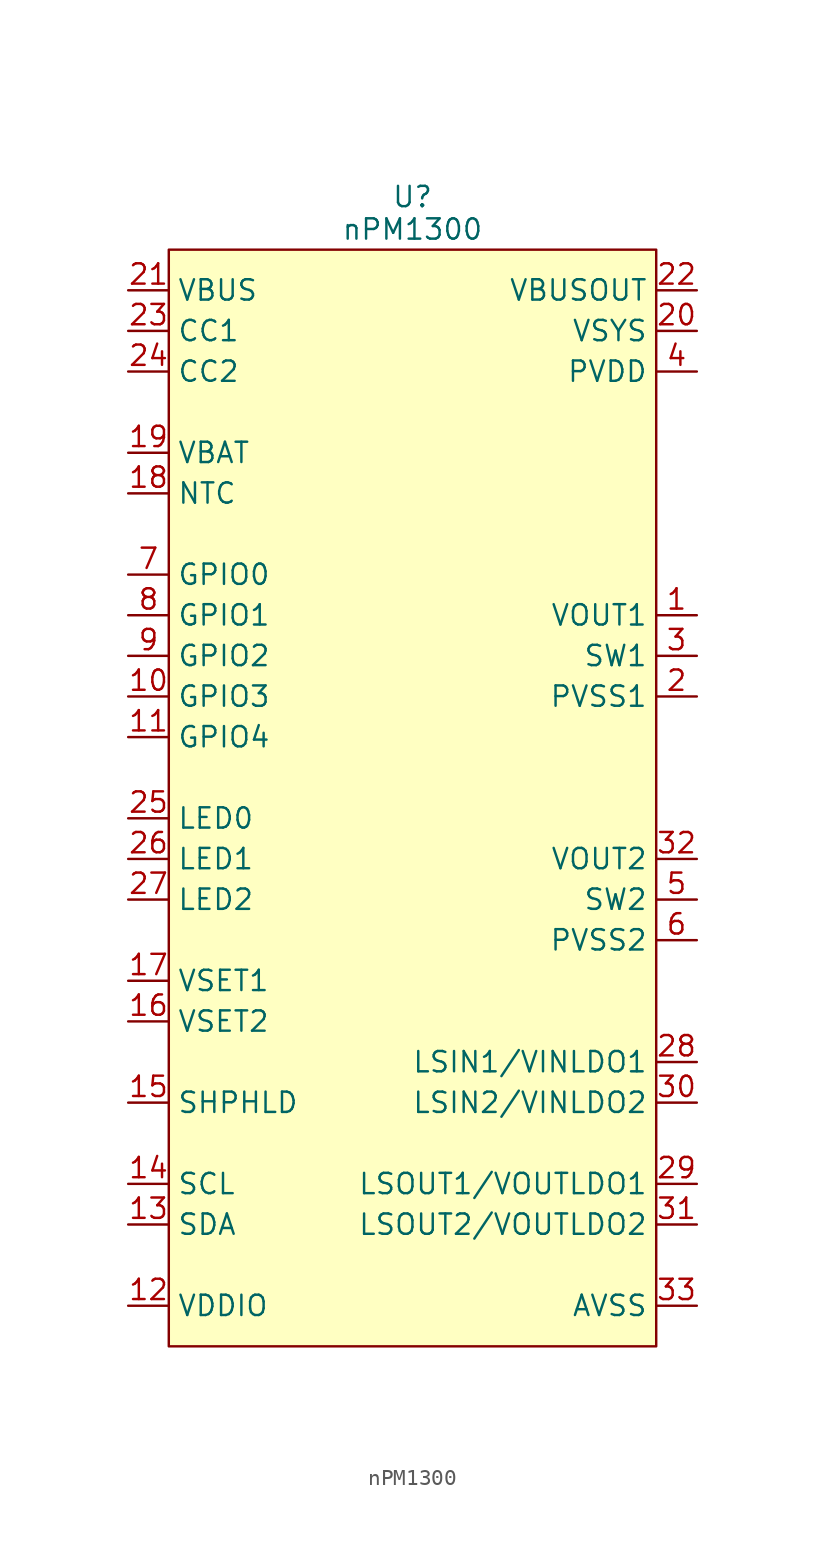
<source format=kicad_sym>
(kicad_symbol_lib
  (version 20231120)
  (generator "kicad_symbol_editor")
  (generator_version "8.0")
  (symbol "nPM1300"
    (property "Reference" "U"
      (at 0 36.322 0)
      (effects (font (size 1.27 1.27))))
    (property "Value" "nPM1300"
      (at 0 34.29 0)
      (effects (font (size 1.27 1.27))))
    (symbol "nPM1300_1_1"
      (rectangle (start -15.24 33.02) (end 15.24 -35.56) (stroke (width 0) (type default)) (fill (type background)))
      (pin power_out line (at 17.78 10.16 180) (length 2.54) (name "VOUT1" (effects (font (size 1.27 1.27)))) (number "1" (effects (font (size 1.27 1.27)))))
      (pin bidirectional line (at -17.78 5.08 0) (length 2.54) (name "GPIO3" (effects (font (size 1.27 1.27)))) (number "10" (effects (font (size 1.27 1.27)))))
      (pin bidirectional line (at -17.78 2.54 0) (length 2.54) (name "GPIO4" (effects (font (size 1.27 1.27)))) (number "11" (effects (font (size 1.27 1.27)))))
      (pin power_in line (at -17.78 -33.02 0) (length 2.54) (name "VDDIO" (effects (font (size 1.27 1.27)))) (number "12" (effects (font (size 1.27 1.27)))))
      (pin bidirectional line (at -17.78 -27.94 0) (length 2.54) (name "SDA" (effects (font (size 1.27 1.27)))) (number "13" (effects (font (size 1.27 1.27)))))
      (pin input line (at -17.78 -25.4 0) (length 2.54) (name "SCL" (effects (font (size 1.27 1.27)))) (number "14" (effects (font (size 1.27 1.27)))))
      (pin input line (at -17.78 -20.32 0) (length 2.54) (name "SHPHLD" (effects (font (size 1.27 1.27)))) (number "15" (effects (font (size 1.27 1.27)))))
      (pin input line (at -17.78 -15.24 0) (length 2.54) (name "VSET2" (effects (font (size 1.27 1.27)))) (number "16" (effects (font (size 1.27 1.27)))))
      (pin input line (at -17.78 -12.7 0) (length 2.54) (name "VSET1" (effects (font (size 1.27 1.27)))) (number "17" (effects (font (size 1.27 1.27)))))
      (pin input line (at -17.78 17.78 0) (length 2.54) (name "NTC" (effects (font (size 1.27 1.27)))) (number "18" (effects (font (size 1.27 1.27)))))
      (pin power_in line (at -17.78 20.32 0) (length 2.54) (name "VBAT" (effects (font (size 1.27 1.27)))) (number "19" (effects (font (size 1.27 1.27)))))
      (pin power_out line (at 17.78 5.08 180) (length 2.54) (name "PVSS1" (effects (font (size 1.27 1.27)))) (number "2" (effects (font (size 1.27 1.27)))))
      (pin power_out line (at 17.78 27.94 180) (length 2.54) (name "VSYS" (effects (font (size 1.27 1.27)))) (number "20" (effects (font (size 1.27 1.27)))))
      (pin power_in line (at -17.78 30.48 0) (length 2.54) (name "VBUS" (effects (font (size 1.27 1.27)))) (number "21" (effects (font (size 1.27 1.27)))))
      (pin power_out line (at 17.78 30.48 180) (length 2.54) (name "VBUSOUT" (effects (font (size 1.27 1.27)))) (number "22" (effects (font (size 1.27 1.27)))))
      (pin bidirectional line (at -17.78 27.94 0) (length 2.54) (name "CC1" (effects (font (size 1.27 1.27)))) (number "23" (effects (font (size 1.27 1.27)))))
      (pin bidirectional line (at -17.78 25.4 0) (length 2.54) (name "CC2" (effects (font (size 1.27 1.27)))) (number "24" (effects (font (size 1.27 1.27)))))
      (pin bidirectional line (at -17.78 -2.54 0) (length 2.54) (name "LED0" (effects (font (size 1.27 1.27)))) (number "25" (effects (font (size 1.27 1.27)))))
      (pin bidirectional line (at -17.78 -5.08 0) (length 2.54) (name "LED1" (effects (font (size 1.27 1.27)))) (number "26" (effects (font (size 1.27 1.27)))))
      (pin bidirectional line (at -17.78 -7.62 0) (length 2.54) (name "LED2" (effects (font (size 1.27 1.27)))) (number "27" (effects (font (size 1.27 1.27)))))
      (pin power_in line (at 17.78 -17.78 180) (length 2.54) (name "LSIN1/VINLDO1" (effects (font (size 1.27 1.27)))) (number "28" (effects (font (size 1.27 1.27)))))
      (pin power_out line (at 17.78 -25.4 180) (length 2.54) (name "LSOUT1/VOUTLDO1" (effects (font (size 1.27 1.27)))) (number "29" (effects (font (size 1.27 1.27)))))
      (pin power_out line (at 17.78 7.62 180) (length 2.54) (name "SW1" (effects (font (size 1.27 1.27)))) (number "3" (effects (font (size 1.27 1.27)))))
      (pin power_in line (at 17.78 -20.32 180) (length 2.54) (name "LSIN2/VINLDO2" (effects (font (size 1.27 1.27)))) (number "30" (effects (font (size 1.27 1.27)))))
      (pin power_out line (at 17.78 -27.94 180) (length 2.54) (name "LSOUT2/VOUTLDO2" (effects (font (size 1.27 1.27)))) (number "31" (effects (font (size 1.27 1.27)))))
      (pin power_out line (at 17.78 -5.08 180) (length 2.54) (name "VOUT2" (effects (font (size 1.27 1.27)))) (number "32" (effects (font (size 1.27 1.27)))))
      (pin power_in line (at 17.78 -33.02 180) (length 2.54) (name "AVSS" (effects (font (size 1.27 1.27)))) (number "33" (effects (font (size 1.27 1.27)))))
      (pin power_in line (at 17.78 25.4 180) (length 2.54) (name "PVDD" (effects (font (size 1.27 1.27)))) (number "4" (effects (font (size 1.27 1.27)))))
      (pin power_out line (at 17.78 -7.62 180) (length 2.54) (name "SW2" (effects (font (size 1.27 1.27)))) (number "5" (effects (font (size 1.27 1.27)))))
      (pin power_out line (at 17.78 -10.16 180) (length 2.54) (name "PVSS2" (effects (font (size 1.27 1.27)))) (number "6" (effects (font (size 1.27 1.27)))))
      (pin bidirectional line (at -17.78 12.7 0) (length 2.54) (name "GPIO0" (effects (font (size 1.27 1.27)))) (number "7" (effects (font (size 1.27 1.27)))))
      (pin bidirectional line (at -17.78 10.16 0) (length 2.54) (name "GPIO1" (effects (font (size 1.27 1.27)))) (number "8" (effects (font (size 1.27 1.27)))))
      (pin bidirectional line (at -17.78 7.62 0) (length 2.54) (name "GPIO2" (effects (font (size 1.27 1.27)))) (number "9" (effects (font (size 1.27 1.27))))))))
</source>
